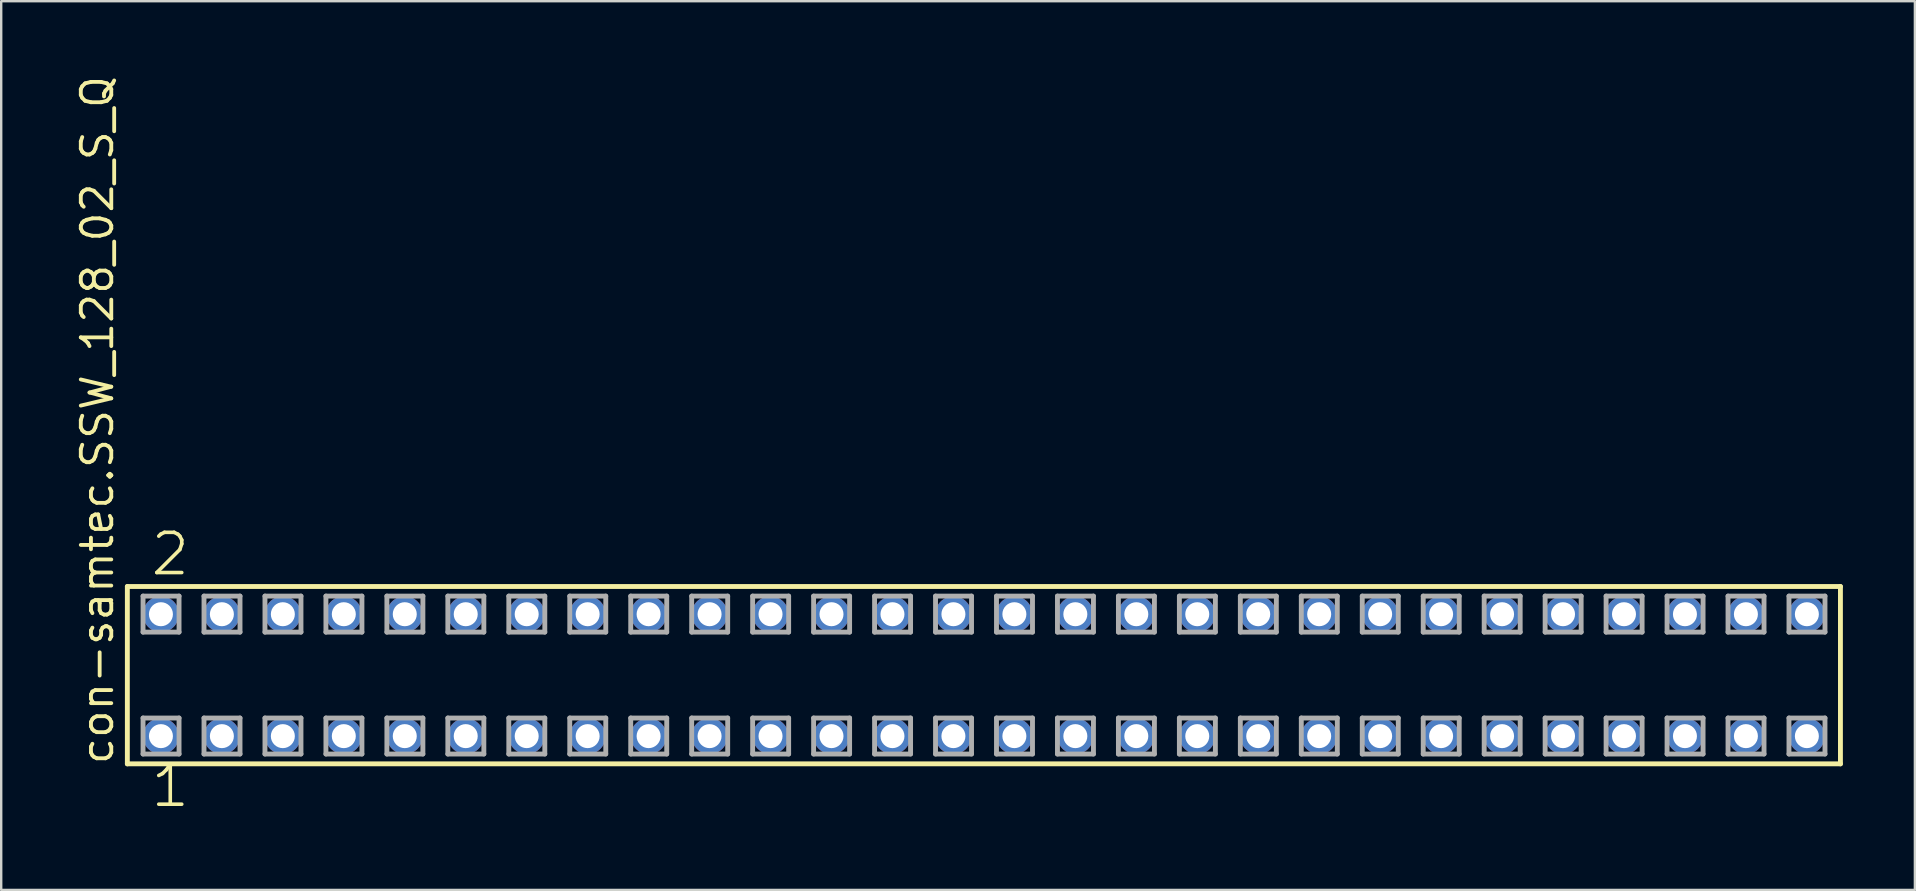
<source format=kicad_pcb>
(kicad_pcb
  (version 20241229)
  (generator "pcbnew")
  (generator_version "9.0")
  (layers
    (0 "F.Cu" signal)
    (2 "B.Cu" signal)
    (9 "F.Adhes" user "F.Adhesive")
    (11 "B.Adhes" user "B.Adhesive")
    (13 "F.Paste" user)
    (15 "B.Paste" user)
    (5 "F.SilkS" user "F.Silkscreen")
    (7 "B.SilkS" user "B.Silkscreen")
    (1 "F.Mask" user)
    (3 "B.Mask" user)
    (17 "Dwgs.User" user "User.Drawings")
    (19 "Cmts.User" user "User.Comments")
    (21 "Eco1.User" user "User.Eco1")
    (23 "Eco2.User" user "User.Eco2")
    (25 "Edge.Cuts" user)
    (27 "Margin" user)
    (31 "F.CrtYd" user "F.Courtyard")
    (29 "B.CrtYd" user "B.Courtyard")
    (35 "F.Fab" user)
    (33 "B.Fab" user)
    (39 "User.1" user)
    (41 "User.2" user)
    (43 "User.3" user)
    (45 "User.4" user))
  (footprint "con-samtec.SSW_128_02_S_Q"
    (layer "F.Cu")
    (at 37.945 25.082)
    (property "Reference" "con-samtec.SSW_128_02_S_Q" (at -36.195 3.81 90) (layer "F.SilkS") (effects (font (size 1.27 1.27) (thickness 0.16)) (justify left bottom)))
    (attr through_hole)
    (fp_line (start -35.689 -3.695) (end 35.689 -3.695) (stroke (width 0.203) (type default)) (layer "F.SilkS"))
    (fp_line (start -35.689 3.695) (end -35.689 -3.695) (stroke (width 0.203) (type default)) (layer "F.SilkS"))
    (fp_line (start 35.689 -3.695) (end 35.689 3.695) (stroke (width 0.203) (type default)) (layer "F.SilkS"))
    (fp_line (start 35.689 3.695) (end -35.689 3.695) (stroke (width 0.203) (type default)) (layer "F.SilkS"))
    (fp_line (start -35.035 -3.295) (end -33.535 -3.295) (stroke (width 0.203) (type default)) (layer "F.Fab"))
    (fp_line (start -35.035 -1.795) (end -35.035 -3.295) (stroke (width 0.203) (type default)) (layer "F.Fab"))
    (fp_line (start -35.035 1.785) (end -33.535 1.785) (stroke (width 0.203) (type default)) (layer "F.Fab"))
    (fp_line (start -35.035 3.285) (end -35.035 1.785) (stroke (width 0.203) (type default)) (layer "F.Fab"))
    (fp_line (start -33.535 -3.295) (end -33.535 -1.795) (stroke (width 0.203) (type default)) (layer "F.Fab"))
    (fp_line (start -33.535 -1.795) (end -35.035 -1.795) (stroke (width 0.203) (type default)) (layer "F.Fab"))
    (fp_line (start -33.535 1.785) (end -33.535 3.285) (stroke (width 0.203) (type default)) (layer "F.Fab"))
    (fp_line (start -33.535 3.285) (end -35.035 3.285) (stroke (width 0.203) (type default)) (layer "F.Fab"))
    (fp_line (start -32.495 -3.295) (end -30.995 -3.295) (stroke (width 0.203) (type default)) (layer "F.Fab"))
    (fp_line (start -32.495 -1.795) (end -32.495 -3.295) (stroke (width 0.203) (type default)) (layer "F.Fab"))
    (fp_line (start -32.495 1.785) (end -30.995 1.785) (stroke (width 0.203) (type default)) (layer "F.Fab"))
    (fp_line (start -32.495 3.285) (end -32.495 1.785) (stroke (width 0.203) (type default)) (layer "F.Fab"))
    (fp_line (start -30.995 -3.295) (end -30.995 -1.795) (stroke (width 0.203) (type default)) (layer "F.Fab"))
    (fp_line (start -30.995 -1.795) (end -32.495 -1.795) (stroke (width 0.203) (type default)) (layer "F.Fab"))
    (fp_line (start -30.995 1.785) (end -30.995 3.285) (stroke (width 0.203) (type default)) (layer "F.Fab"))
    (fp_line (start -30.995 3.285) (end -32.495 3.285) (stroke (width 0.203) (type default)) (layer "F.Fab"))
    (fp_line (start -29.955 -3.295) (end -28.455 -3.295) (stroke (width 0.203) (type default)) (layer "F.Fab"))
    (fp_line (start -29.955 -1.795) (end -29.955 -3.295) (stroke (width 0.203) (type default)) (layer "F.Fab"))
    (fp_line (start -29.955 1.785) (end -28.455 1.785) (stroke (width 0.203) (type default)) (layer "F.Fab"))
    (fp_line (start -29.955 3.285) (end -29.955 1.785) (stroke (width 0.203) (type default)) (layer "F.Fab"))
    (fp_line (start -28.455 -3.295) (end -28.455 -1.795) (stroke (width 0.203) (type default)) (layer "F.Fab"))
    (fp_line (start -28.455 -1.795) (end -29.955 -1.795) (stroke (width 0.203) (type default)) (layer "F.Fab"))
    (fp_line (start -28.455 1.785) (end -28.455 3.285) (stroke (width 0.203) (type default)) (layer "F.Fab"))
    (fp_line (start -28.455 3.285) (end -29.955 3.285) (stroke (width 0.203) (type default)) (layer "F.Fab"))
    (fp_line (start -27.415 -3.295) (end -25.915 -3.295) (stroke (width 0.203) (type default)) (layer "F.Fab"))
    (fp_line (start -27.415 -1.795) (end -27.415 -3.295) (stroke (width 0.203) (type default)) (layer "F.Fab"))
    (fp_line (start -27.415 1.785) (end -25.915 1.785) (stroke (width 0.203) (type default)) (layer "F.Fab"))
    (fp_line (start -27.415 3.285) (end -27.415 1.785) (stroke (width 0.203) (type default)) (layer "F.Fab"))
    (fp_line (start -25.915 -3.295) (end -25.915 -1.795) (stroke (width 0.203) (type default)) (layer "F.Fab"))
    (fp_line (start -25.915 -1.795) (end -27.415 -1.795) (stroke (width 0.203) (type default)) (layer "F.Fab"))
    (fp_line (start -25.915 1.785) (end -25.915 3.285) (stroke (width 0.203) (type default)) (layer "F.Fab"))
    (fp_line (start -25.915 3.285) (end -27.415 3.285) (stroke (width 0.203) (type default)) (layer "F.Fab"))
    (fp_line (start -24.875 -3.295) (end -23.375 -3.295) (stroke (width 0.203) (type default)) (layer "F.Fab"))
    (fp_line (start -24.875 -1.795) (end -24.875 -3.295) (stroke (width 0.203) (type default)) (layer "F.Fab"))
    (fp_line (start -24.875 1.785) (end -23.375 1.785) (stroke (width 0.203) (type default)) (layer "F.Fab"))
    (fp_line (start -24.875 3.285) (end -24.875 1.785) (stroke (width 0.203) (type default)) (layer "F.Fab"))
    (fp_line (start -23.375 -3.295) (end -23.375 -1.795) (stroke (width 0.203) (type default)) (layer "F.Fab"))
    (fp_line (start -23.375 -1.795) (end -24.875 -1.795) (stroke (width 0.203) (type default)) (layer "F.Fab"))
    (fp_line (start -23.375 1.785) (end -23.375 3.285) (stroke (width 0.203) (type default)) (layer "F.Fab"))
    (fp_line (start -23.375 3.285) (end -24.875 3.285) (stroke (width 0.203) (type default)) (layer "F.Fab"))
    (fp_line (start -22.335 -3.295) (end -20.835 -3.295) (stroke (width 0.203) (type default)) (layer "F.Fab"))
    (fp_line (start -22.335 -1.795) (end -22.335 -3.295) (stroke (width 0.203) (type default)) (layer "F.Fab"))
    (fp_line (start -22.335 1.785) (end -20.835 1.785) (stroke (width 0.203) (type default)) (layer "F.Fab"))
    (fp_line (start -22.335 3.285) (end -22.335 1.785) (stroke (width 0.203) (type default)) (layer "F.Fab"))
    (fp_line (start -20.835 -3.295) (end -20.835 -1.795) (stroke (width 0.203) (type default)) (layer "F.Fab"))
    (fp_line (start -20.835 -1.795) (end -22.335 -1.795) (stroke (width 0.203) (type default)) (layer "F.Fab"))
    (fp_line (start -20.835 1.785) (end -20.835 3.285) (stroke (width 0.203) (type default)) (layer "F.Fab"))
    (fp_line (start -20.835 3.285) (end -22.335 3.285) (stroke (width 0.203) (type default)) (layer "F.Fab"))
    (fp_line (start -19.795 -3.295) (end -18.295 -3.295) (stroke (width 0.203) (type default)) (layer "F.Fab"))
    (fp_line (start -19.795 -1.795) (end -19.795 -3.295) (stroke (width 0.203) (type default)) (layer "F.Fab"))
    (fp_line (start -19.795 1.785) (end -18.295 1.785) (stroke (width 0.203) (type default)) (layer "F.Fab"))
    (fp_line (start -19.795 3.285) (end -19.795 1.785) (stroke (width 0.203) (type default)) (layer "F.Fab"))
    (fp_line (start -18.295 -3.295) (end -18.295 -1.795) (stroke (width 0.203) (type default)) (layer "F.Fab"))
    (fp_line (start -18.295 -1.795) (end -19.795 -1.795) (stroke (width 0.203) (type default)) (layer "F.Fab"))
    (fp_line (start -18.295 1.785) (end -18.295 3.285) (stroke (width 0.203) (type default)) (layer "F.Fab"))
    (fp_line (start -18.295 3.285) (end -19.795 3.285) (stroke (width 0.203) (type default)) (layer "F.Fab"))
    (fp_line (start -17.255 -3.295) (end -15.755 -3.295) (stroke (width 0.203) (type default)) (layer "F.Fab"))
    (fp_line (start -17.255 -1.795) (end -17.255 -3.295) (stroke (width 0.203) (type default)) (layer "F.Fab"))
    (fp_line (start -17.255 1.785) (end -15.755 1.785) (stroke (width 0.203) (type default)) (layer "F.Fab"))
    (fp_line (start -17.255 3.285) (end -17.255 1.785) (stroke (width 0.203) (type default)) (layer "F.Fab"))
    (fp_line (start -15.755 -3.295) (end -15.755 -1.795) (stroke (width 0.203) (type default)) (layer "F.Fab"))
    (fp_line (start -15.755 -1.795) (end -17.255 -1.795) (stroke (width 0.203) (type default)) (layer "F.Fab"))
    (fp_line (start -15.755 1.785) (end -15.755 3.285) (stroke (width 0.203) (type default)) (layer "F.Fab"))
    (fp_line (start -15.755 3.285) (end -17.255 3.285) (stroke (width 0.203) (type default)) (layer "F.Fab"))
    (fp_line (start -14.715 -3.295) (end -13.215 -3.295) (stroke (width 0.203) (type default)) (layer "F.Fab"))
    (fp_line (start -14.715 -1.795) (end -14.715 -3.295) (stroke (width 0.203) (type default)) (layer "F.Fab"))
    (fp_line (start -14.715 1.785) (end -13.215 1.785) (stroke (width 0.203) (type default)) (layer "F.Fab"))
    (fp_line (start -14.715 3.285) (end -14.715 1.785) (stroke (width 0.203) (type default)) (layer "F.Fab"))
    (fp_line (start -13.215 -3.295) (end -13.215 -1.795) (stroke (width 0.203) (type default)) (layer "F.Fab"))
    (fp_line (start -13.215 -1.795) (end -14.715 -1.795) (stroke (width 0.203) (type default)) (layer "F.Fab"))
    (fp_line (start -13.215 1.785) (end -13.215 3.285) (stroke (width 0.203) (type default)) (layer "F.Fab"))
    (fp_line (start -13.215 3.285) (end -14.715 3.285) (stroke (width 0.203) (type default)) (layer "F.Fab"))
    (fp_line (start -12.175 -3.295) (end -10.675 -3.295) (stroke (width 0.203) (type default)) (layer "F.Fab"))
    (fp_line (start -12.175 -1.795) (end -12.175 -3.295) (stroke (width 0.203) (type default)) (layer "F.Fab"))
    (fp_line (start -12.175 1.785) (end -10.675 1.785) (stroke (width 0.203) (type default)) (layer "F.Fab"))
    (fp_line (start -12.175 3.285) (end -12.175 1.785) (stroke (width 0.203) (type default)) (layer "F.Fab"))
    (fp_line (start -10.675 -3.295) (end -10.675 -1.795) (stroke (width 0.203) (type default)) (layer "F.Fab"))
    (fp_line (start -10.675 -1.795) (end -12.175 -1.795) (stroke (width 0.203) (type default)) (layer "F.Fab"))
    (fp_line (start -10.675 1.785) (end -10.675 3.285) (stroke (width 0.203) (type default)) (layer "F.Fab"))
    (fp_line (start -10.675 3.285) (end -12.175 3.285) (stroke (width 0.203) (type default)) (layer "F.Fab"))
    (fp_line (start -9.635 -3.295) (end -8.135 -3.295) (stroke (width 0.203) (type default)) (layer "F.Fab"))
    (fp_line (start -9.635 -1.795) (end -9.635 -3.295) (stroke (width 0.203) (type default)) (layer "F.Fab"))
    (fp_line (start -9.635 1.785) (end -8.135 1.785) (stroke (width 0.203) (type default)) (layer "F.Fab"))
    (fp_line (start -9.635 3.285) (end -9.635 1.785) (stroke (width 0.203) (type default)) (layer "F.Fab"))
    (fp_line (start -8.135 -3.295) (end -8.135 -1.795) (stroke (width 0.203) (type default)) (layer "F.Fab"))
    (fp_line (start -8.135 -1.795) (end -9.635 -1.795) (stroke (width 0.203) (type default)) (layer "F.Fab"))
    (fp_line (start -8.135 1.785) (end -8.135 3.285) (stroke (width 0.203) (type default)) (layer "F.Fab"))
    (fp_line (start -8.135 3.285) (end -9.635 3.285) (stroke (width 0.203) (type default)) (layer "F.Fab"))
    (fp_line (start -7.095 -3.295) (end -5.595 -3.295) (stroke (width 0.203) (type default)) (layer "F.Fab"))
    (fp_line (start -7.095 -1.795) (end -7.095 -3.295) (stroke (width 0.203) (type default)) (layer "F.Fab"))
    (fp_line (start -7.095 1.785) (end -5.595 1.785) (stroke (width 0.203) (type default)) (layer "F.Fab"))
    (fp_line (start -7.095 3.285) (end -7.095 1.785) (stroke (width 0.203) (type default)) (layer "F.Fab"))
    (fp_line (start -5.595 -3.295) (end -5.595 -1.795) (stroke (width 0.203) (type default)) (layer "F.Fab"))
    (fp_line (start -5.595 -1.795) (end -7.095 -1.795) (stroke (width 0.203) (type default)) (layer "F.Fab"))
    (fp_line (start -5.595 1.785) (end -5.595 3.285) (stroke (width 0.203) (type default)) (layer "F.Fab"))
    (fp_line (start -5.595 3.285) (end -7.095 3.285) (stroke (width 0.203) (type default)) (layer "F.Fab"))
    (fp_line (start -4.555 -3.295) (end -3.055 -3.295) (stroke (width 0.203) (type default)) (layer "F.Fab"))
    (fp_line (start -4.555 -1.795) (end -4.555 -3.295) (stroke (width 0.203) (type default)) (layer "F.Fab"))
    (fp_line (start -4.555 1.785) (end -3.055 1.785) (stroke (width 0.203) (type default)) (layer "F.Fab"))
    (fp_line (start -4.555 3.285) (end -4.555 1.785) (stroke (width 0.203) (type default)) (layer "F.Fab"))
    (fp_line (start -3.055 -3.295) (end -3.055 -1.795) (stroke (width 0.203) (type default)) (layer "F.Fab"))
    (fp_line (start -3.055 -1.795) (end -4.555 -1.795) (stroke (width 0.203) (type default)) (layer "F.Fab"))
    (fp_line (start -3.055 1.785) (end -3.055 3.285) (stroke (width 0.203) (type default)) (layer "F.Fab"))
    (fp_line (start -3.055 3.285) (end -4.555 3.285) (stroke (width 0.203) (type default)) (layer "F.Fab"))
    (fp_line (start -2.015 -3.295) (end -0.515 -3.295) (stroke (width 0.203) (type default)) (layer "F.Fab"))
    (fp_line (start -2.015 -1.795) (end -2.015 -3.295) (stroke (width 0.203) (type default)) (layer "F.Fab"))
    (fp_line (start -2.015 1.785) (end -0.515 1.785) (stroke (width 0.203) (type default)) (layer "F.Fab"))
    (fp_line (start -2.015 3.285) (end -2.015 1.785) (stroke (width 0.203) (type default)) (layer "F.Fab"))
    (fp_line (start -0.515 -3.295) (end -0.515 -1.795) (stroke (width 0.203) (type default)) (layer "F.Fab"))
    (fp_line (start -0.515 -1.795) (end -2.015 -1.795) (stroke (width 0.203) (type default)) (layer "F.Fab"))
    (fp_line (start -0.515 1.785) (end -0.515 3.285) (stroke (width 0.203) (type default)) (layer "F.Fab"))
    (fp_line (start -0.515 3.285) (end -2.015 3.285) (stroke (width 0.203) (type default)) (layer "F.Fab"))
    (fp_line (start 0.525 -3.295) (end 2.025 -3.295) (stroke (width 0.203) (type default)) (layer "F.Fab"))
    (fp_line (start 0.525 -1.795) (end 0.525 -3.295) (stroke (width 0.203) (type default)) (layer "F.Fab"))
    (fp_line (start 0.525 1.785) (end 2.025 1.785) (stroke (width 0.203) (type default)) (layer "F.Fab"))
    (fp_line (start 0.525 3.285) (end 0.525 1.785) (stroke (width 0.203) (type default)) (layer "F.Fab"))
    (fp_line (start 2.025 -3.295) (end 2.025 -1.795) (stroke (width 0.203) (type default)) (layer "F.Fab"))
    (fp_line (start 2.025 -1.795) (end 0.525 -1.795) (stroke (width 0.203) (type default)) (layer "F.Fab"))
    (fp_line (start 2.025 1.785) (end 2.025 3.285) (stroke (width 0.203) (type default)) (layer "F.Fab"))
    (fp_line (start 2.025 3.285) (end 0.525 3.285) (stroke (width 0.203) (type default)) (layer "F.Fab"))
    (fp_line (start 3.065 -3.295) (end 4.565 -3.295) (stroke (width 0.203) (type default)) (layer "F.Fab"))
    (fp_line (start 3.065 -1.795) (end 3.065 -3.295) (stroke (width 0.203) (type default)) (layer "F.Fab"))
    (fp_line (start 3.065 1.785) (end 4.565 1.785) (stroke (width 0.203) (type default)) (layer "F.Fab"))
    (fp_line (start 3.065 3.285) (end 3.065 1.785) (stroke (width 0.203) (type default)) (layer "F.Fab"))
    (fp_line (start 4.565 -3.295) (end 4.565 -1.795) (stroke (width 0.203) (type default)) (layer "F.Fab"))
    (fp_line (start 4.565 -1.795) (end 3.065 -1.795) (stroke (width 0.203) (type default)) (layer "F.Fab"))
    (fp_line (start 4.565 1.785) (end 4.565 3.285) (stroke (width 0.203) (type default)) (layer "F.Fab"))
    (fp_line (start 4.565 3.285) (end 3.065 3.285) (stroke (width 0.203) (type default)) (layer "F.Fab"))
    (fp_line (start 5.605 -3.295) (end 7.105 -3.295) (stroke (width 0.203) (type default)) (layer "F.Fab"))
    (fp_line (start 5.605 -1.795) (end 5.605 -3.295) (stroke (width 0.203) (type default)) (layer "F.Fab"))
    (fp_line (start 5.605 1.785) (end 7.105 1.785) (stroke (width 0.203) (type default)) (layer "F.Fab"))
    (fp_line (start 5.605 3.285) (end 5.605 1.785) (stroke (width 0.203) (type default)) (layer "F.Fab"))
    (fp_line (start 7.105 -3.295) (end 7.105 -1.795) (stroke (width 0.203) (type default)) (layer "F.Fab"))
    (fp_line (start 7.105 -1.795) (end 5.605 -1.795) (stroke (width 0.203) (type default)) (layer "F.Fab"))
    (fp_line (start 7.105 1.785) (end 7.105 3.285) (stroke (width 0.203) (type default)) (layer "F.Fab"))
    (fp_line (start 7.105 3.285) (end 5.605 3.285) (stroke (width 0.203) (type default)) (layer "F.Fab"))
    (fp_line (start 8.145 -3.295) (end 9.645 -3.295) (stroke (width 0.203) (type default)) (layer "F.Fab"))
    (fp_line (start 8.145 -1.795) (end 8.145 -3.295) (stroke (width 0.203) (type default)) (layer "F.Fab"))
    (fp_line (start 8.145 1.785) (end 9.645 1.785) (stroke (width 0.203) (type default)) (layer "F.Fab"))
    (fp_line (start 8.145 3.285) (end 8.145 1.785) (stroke (width 0.203) (type default)) (layer "F.Fab"))
    (fp_line (start 9.645 -3.295) (end 9.645 -1.795) (stroke (width 0.203) (type default)) (layer "F.Fab"))
    (fp_line (start 9.645 -1.795) (end 8.145 -1.795) (stroke (width 0.203) (type default)) (layer "F.Fab"))
    (fp_line (start 9.645 1.785) (end 9.645 3.285) (stroke (width 0.203) (type default)) (layer "F.Fab"))
    (fp_line (start 9.645 3.285) (end 8.145 3.285) (stroke (width 0.203) (type default)) (layer "F.Fab"))
    (fp_line (start 10.685 -3.295) (end 12.185 -3.295) (stroke (width 0.203) (type default)) (layer "F.Fab"))
    (fp_line (start 10.685 -1.795) (end 10.685 -3.295) (stroke (width 0.203) (type default)) (layer "F.Fab"))
    (fp_line (start 10.685 1.785) (end 12.185 1.785) (stroke (width 0.203) (type default)) (layer "F.Fab"))
    (fp_line (start 10.685 3.285) (end 10.685 1.785) (stroke (width 0.203) (type default)) (layer "F.Fab"))
    (fp_line (start 12.185 -3.295) (end 12.185 -1.795) (stroke (width 0.203) (type default)) (layer "F.Fab"))
    (fp_line (start 12.185 -1.795) (end 10.685 -1.795) (stroke (width 0.203) (type default)) (layer "F.Fab"))
    (fp_line (start 12.185 1.785) (end 12.185 3.285) (stroke (width 0.203) (type default)) (layer "F.Fab"))
    (fp_line (start 12.185 3.285) (end 10.685 3.285) (stroke (width 0.203) (type default)) (layer "F.Fab"))
    (fp_line (start 13.225 -3.295) (end 14.725 -3.295) (stroke (width 0.203) (type default)) (layer "F.Fab"))
    (fp_line (start 13.225 -1.795) (end 13.225 -3.295) (stroke (width 0.203) (type default)) (layer "F.Fab"))
    (fp_line (start 13.225 1.785) (end 14.725 1.785) (stroke (width 0.203) (type default)) (layer "F.Fab"))
    (fp_line (start 13.225 3.285) (end 13.225 1.785) (stroke (width 0.203) (type default)) (layer "F.Fab"))
    (fp_line (start 14.725 -3.295) (end 14.725 -1.795) (stroke (width 0.203) (type default)) (layer "F.Fab"))
    (fp_line (start 14.725 -1.795) (end 13.225 -1.795) (stroke (width 0.203) (type default)) (layer "F.Fab"))
    (fp_line (start 14.725 1.785) (end 14.725 3.285) (stroke (width 0.203) (type default)) (layer "F.Fab"))
    (fp_line (start 14.725 3.285) (end 13.225 3.285) (stroke (width 0.203) (type default)) (layer "F.Fab"))
    (fp_line (start 15.765 -3.295) (end 17.265 -3.295) (stroke (width 0.203) (type default)) (layer "F.Fab"))
    (fp_line (start 15.765 -1.795) (end 15.765 -3.295) (stroke (width 0.203) (type default)) (layer "F.Fab"))
    (fp_line (start 15.765 1.785) (end 17.265 1.785) (stroke (width 0.203) (type default)) (layer "F.Fab"))
    (fp_line (start 15.765 3.285) (end 15.765 1.785) (stroke (width 0.203) (type default)) (layer "F.Fab"))
    (fp_line (start 17.265 -3.295) (end 17.265 -1.795) (stroke (width 0.203) (type default)) (layer "F.Fab"))
    (fp_line (start 17.265 -1.795) (end 15.765 -1.795) (stroke (width 0.203) (type default)) (layer "F.Fab"))
    (fp_line (start 17.265 1.785) (end 17.265 3.285) (stroke (width 0.203) (type default)) (layer "F.Fab"))
    (fp_line (start 17.265 3.285) (end 15.765 3.285) (stroke (width 0.203) (type default)) (layer "F.Fab"))
    (fp_line (start 18.305 -3.295) (end 19.805 -3.295) (stroke (width 0.203) (type default)) (layer "F.Fab"))
    (fp_line (start 18.305 -1.795) (end 18.305 -3.295) (stroke (width 0.203) (type default)) (layer "F.Fab"))
    (fp_line (start 18.305 1.785) (end 19.805 1.785) (stroke (width 0.203) (type default)) (layer "F.Fab"))
    (fp_line (start 18.305 3.285) (end 18.305 1.785) (stroke (width 0.203) (type default)) (layer "F.Fab"))
    (fp_line (start 19.805 -3.295) (end 19.805 -1.795) (stroke (width 0.203) (type default)) (layer "F.Fab"))
    (fp_line (start 19.805 -1.795) (end 18.305 -1.795) (stroke (width 0.203) (type default)) (layer "F.Fab"))
    (fp_line (start 19.805 1.785) (end 19.805 3.285) (stroke (width 0.203) (type default)) (layer "F.Fab"))
    (fp_line (start 19.805 3.285) (end 18.305 3.285) (stroke (width 0.203) (type default)) (layer "F.Fab"))
    (fp_line (start 20.845 -3.295) (end 22.345 -3.295) (stroke (width 0.203) (type default)) (layer "F.Fab"))
    (fp_line (start 20.845 -1.795) (end 20.845 -3.295) (stroke (width 0.203) (type default)) (layer "F.Fab"))
    (fp_line (start 20.845 1.785) (end 22.345 1.785) (stroke (width 0.203) (type default)) (layer "F.Fab"))
    (fp_line (start 20.845 3.285) (end 20.845 1.785) (stroke (width 0.203) (type default)) (layer "F.Fab"))
    (fp_line (start 22.345 -3.295) (end 22.345 -1.795) (stroke (width 0.203) (type default)) (layer "F.Fab"))
    (fp_line (start 22.345 -1.795) (end 20.845 -1.795) (stroke (width 0.203) (type default)) (layer "F.Fab"))
    (fp_line (start 22.345 1.785) (end 22.345 3.285) (stroke (width 0.203) (type default)) (layer "F.Fab"))
    (fp_line (start 22.345 3.285) (end 20.845 3.285) (stroke (width 0.203) (type default)) (layer "F.Fab"))
    (fp_line (start 23.385 -3.295) (end 24.885 -3.295) (stroke (width 0.203) (type default)) (layer "F.Fab"))
    (fp_line (start 23.385 -1.795) (end 23.385 -3.295) (stroke (width 0.203) (type default)) (layer "F.Fab"))
    (fp_line (start 23.385 1.785) (end 24.885 1.785) (stroke (width 0.203) (type default)) (layer "F.Fab"))
    (fp_line (start 23.385 3.285) (end 23.385 1.785) (stroke (width 0.203) (type default)) (layer "F.Fab"))
    (fp_line (start 24.885 -3.295) (end 24.885 -1.795) (stroke (width 0.203) (type default)) (layer "F.Fab"))
    (fp_line (start 24.885 -1.795) (end 23.385 -1.795) (stroke (width 0.203) (type default)) (layer "F.Fab"))
    (fp_line (start 24.885 1.785) (end 24.885 3.285) (stroke (width 0.203) (type default)) (layer "F.Fab"))
    (fp_line (start 24.885 3.285) (end 23.385 3.285) (stroke (width 0.203) (type default)) (layer "F.Fab"))
    (fp_line (start 25.925 -3.295) (end 27.425 -3.295) (stroke (width 0.203) (type default)) (layer "F.Fab"))
    (fp_line (start 25.925 -1.795) (end 25.925 -3.295) (stroke (width 0.203) (type default)) (layer "F.Fab"))
    (fp_line (start 25.925 1.785) (end 27.425 1.785) (stroke (width 0.203) (type default)) (layer "F.Fab"))
    (fp_line (start 25.925 3.285) (end 25.925 1.785) (stroke (width 0.203) (type default)) (layer "F.Fab"))
    (fp_line (start 27.425 -3.295) (end 27.425 -1.795) (stroke (width 0.203) (type default)) (layer "F.Fab"))
    (fp_line (start 27.425 -1.795) (end 25.925 -1.795) (stroke (width 0.203) (type default)) (layer "F.Fab"))
    (fp_line (start 27.425 1.785) (end 27.425 3.285) (stroke (width 0.203) (type default)) (layer "F.Fab"))
    (fp_line (start 27.425 3.285) (end 25.925 3.285) (stroke (width 0.203) (type default)) (layer "F.Fab"))
    (fp_line (start 28.465 -3.295) (end 29.965 -3.295) (stroke (width 0.203) (type default)) (layer "F.Fab"))
    (fp_line (start 28.465 -1.795) (end 28.465 -3.295) (stroke (width 0.203) (type default)) (layer "F.Fab"))
    (fp_line (start 28.465 1.785) (end 29.965 1.785) (stroke (width 0.203) (type default)) (layer "F.Fab"))
    (fp_line (start 28.465 3.285) (end 28.465 1.785) (stroke (width 0.203) (type default)) (layer "F.Fab"))
    (fp_line (start 29.965 -3.295) (end 29.965 -1.795) (stroke (width 0.203) (type default)) (layer "F.Fab"))
    (fp_line (start 29.965 -1.795) (end 28.465 -1.795) (stroke (width 0.203) (type default)) (layer "F.Fab"))
    (fp_line (start 29.965 1.785) (end 29.965 3.285) (stroke (width 0.203) (type default)) (layer "F.Fab"))
    (fp_line (start 29.965 3.285) (end 28.465 3.285) (stroke (width 0.203) (type default)) (layer "F.Fab"))
    (fp_line (start 31.005 -3.295) (end 32.505 -3.295) (stroke (width 0.203) (type default)) (layer "F.Fab"))
    (fp_line (start 31.005 -1.795) (end 31.005 -3.295) (stroke (width 0.203) (type default)) (layer "F.Fab"))
    (fp_line (start 31.005 1.785) (end 32.505 1.785) (stroke (width 0.203) (type default)) (layer "F.Fab"))
    (fp_line (start 31.005 3.285) (end 31.005 1.785) (stroke (width 0.203) (type default)) (layer "F.Fab"))
    (fp_line (start 32.505 -3.295) (end 32.505 -1.795) (stroke (width 0.203) (type default)) (layer "F.Fab"))
    (fp_line (start 32.505 -1.795) (end 31.005 -1.795) (stroke (width 0.203) (type default)) (layer "F.Fab"))
    (fp_line (start 32.505 1.785) (end 32.505 3.285) (stroke (width 0.203) (type default)) (layer "F.Fab"))
    (fp_line (start 32.505 3.285) (end 31.005 3.285) (stroke (width 0.203) (type default)) (layer "F.Fab"))
    (fp_line (start 33.545 -3.295) (end 35.045 -3.295) (stroke (width 0.203) (type default)) (layer "F.Fab"))
    (fp_line (start 33.545 -1.795) (end 33.545 -3.295) (stroke (width 0.203) (type default)) (layer "F.Fab"))
    (fp_line (start 33.545 1.785) (end 35.045 1.785) (stroke (width 0.203) (type default)) (layer "F.Fab"))
    (fp_line (start 33.545 3.285) (end 33.545 1.785) (stroke (width 0.203) (type default)) (layer "F.Fab"))
    (fp_line (start 35.045 -3.295) (end 35.045 -1.795) (stroke (width 0.203) (type default)) (layer "F.Fab"))
    (fp_line (start 35.045 -1.795) (end 33.545 -1.795) (stroke (width 0.203) (type default)) (layer "F.Fab"))
    (fp_line (start 35.045 1.785) (end 35.045 3.285) (stroke (width 0.203) (type default)) (layer "F.Fab"))
    (fp_line (start 35.045 3.285) (end 33.545 3.285) (stroke (width 0.203) (type default)) (layer "F.Fab"))
    (fp_text user "1" (at -34.798 5.588 0) (layer "F.SilkS") (effects (font (size 1.676 1.676) (thickness 0.15)) (justify left bottom)))
    (fp_text user "2" (at -34.798 -4.064 0) (layer "F.SilkS") (effects (font (size 1.676 1.676) (thickness 0.15)) (justify left bottom)))
    (pad "1" thru_hole circle (at -34.29 2.54) (size 1.5 1.5) (drill 1) (layers "*.Cu" "*.Mask"))
    (pad "2" thru_hole circle (at -34.29 -2.54) (size 1.5 1.5) (drill 1) (layers "*.Cu" "*.Mask"))
    (pad "3" thru_hole circle (at -31.75 2.54) (size 1.5 1.5) (drill 1) (layers "*.Cu" "*.Mask"))
    (pad "4" thru_hole circle (at -31.75 -2.54) (size 1.5 1.5) (drill 1) (layers "*.Cu" "*.Mask"))
    (pad "5" thru_hole circle (at -29.21 2.54) (size 1.5 1.5) (drill 1) (layers "*.Cu" "*.Mask"))
    (pad "6" thru_hole circle (at -29.21 -2.54) (size 1.5 1.5) (drill 1) (layers "*.Cu" "*.Mask"))
    (pad "7" thru_hole circle (at -26.67 2.54) (size 1.5 1.5) (drill 1) (layers "*.Cu" "*.Mask"))
    (pad "8" thru_hole circle (at -26.67 -2.54) (size 1.5 1.5) (drill 1) (layers "*.Cu" "*.Mask"))
    (pad "9" thru_hole circle (at -24.13 2.54) (size 1.5 1.5) (drill 1) (layers "*.Cu" "*.Mask"))
    (pad "10" thru_hole circle (at -24.13 -2.54) (size 1.5 1.5) (drill 1) (layers "*.Cu" "*.Mask"))
    (pad "11" thru_hole circle (at -21.59 2.54) (size 1.5 1.5) (drill 1) (layers "*.Cu" "*.Mask"))
    (pad "12" thru_hole circle (at -21.59 -2.54) (size 1.5 1.5) (drill 1) (layers "*.Cu" "*.Mask"))
    (pad "13" thru_hole circle (at -19.05 2.54) (size 1.5 1.5) (drill 1) (layers "*.Cu" "*.Mask"))
    (pad "14" thru_hole circle (at -19.05 -2.54) (size 1.5 1.5) (drill 1) (layers "*.Cu" "*.Mask"))
    (pad "15" thru_hole circle (at -16.51 2.54) (size 1.5 1.5) (drill 1) (layers "*.Cu" "*.Mask"))
    (pad "16" thru_hole circle (at -16.51 -2.54) (size 1.5 1.5) (drill 1) (layers "*.Cu" "*.Mask"))
    (pad "17" thru_hole circle (at -13.97 2.54) (size 1.5 1.5) (drill 1) (layers "*.Cu" "*.Mask"))
    (pad "18" thru_hole circle (at -13.97 -2.54) (size 1.5 1.5) (drill 1) (layers "*.Cu" "*.Mask"))
    (pad "19" thru_hole circle (at -11.43 2.54) (size 1.5 1.5) (drill 1) (layers "*.Cu" "*.Mask"))
    (pad "20" thru_hole circle (at -11.43 -2.54) (size 1.5 1.5) (drill 1) (layers "*.Cu" "*.Mask"))
    (pad "21" thru_hole circle (at -8.89 2.54) (size 1.5 1.5) (drill 1) (layers "*.Cu" "*.Mask"))
    (pad "22" thru_hole circle (at -8.89 -2.54) (size 1.5 1.5) (drill 1) (layers "*.Cu" "*.Mask"))
    (pad "23" thru_hole circle (at -6.35 2.54) (size 1.5 1.5) (drill 1) (layers "*.Cu" "*.Mask"))
    (pad "24" thru_hole circle (at -6.35 -2.54) (size 1.5 1.5) (drill 1) (layers "*.Cu" "*.Mask"))
    (pad "25" thru_hole circle (at -3.81 2.54) (size 1.5 1.5) (drill 1) (layers "*.Cu" "*.Mask"))
    (pad "26" thru_hole circle (at -3.81 -2.54) (size 1.5 1.5) (drill 1) (layers "*.Cu" "*.Mask"))
    (pad "27" thru_hole circle (at -1.27 2.54) (size 1.5 1.5) (drill 1) (layers "*.Cu" "*.Mask"))
    (pad "28" thru_hole circle (at -1.27 -2.54) (size 1.5 1.5) (drill 1) (layers "*.Cu" "*.Mask"))
    (pad "29" thru_hole circle (at 1.27 2.54) (size 1.5 1.5) (drill 1) (layers "*.Cu" "*.Mask"))
    (pad "30" thru_hole circle (at 1.27 -2.54) (size 1.5 1.5) (drill 1) (layers "*.Cu" "*.Mask"))
    (pad "31" thru_hole circle (at 3.81 2.54) (size 1.5 1.5) (drill 1) (layers "*.Cu" "*.Mask"))
    (pad "32" thru_hole circle (at 3.81 -2.54) (size 1.5 1.5) (drill 1) (layers "*.Cu" "*.Mask"))
    (pad "33" thru_hole circle (at 6.35 2.54) (size 1.5 1.5) (drill 1) (layers "*.Cu" "*.Mask"))
    (pad "34" thru_hole circle (at 6.35 -2.54) (size 1.5 1.5) (drill 1) (layers "*.Cu" "*.Mask"))
    (pad "35" thru_hole circle (at 8.89 2.54) (size 1.5 1.5) (drill 1) (layers "*.Cu" "*.Mask"))
    (pad "36" thru_hole circle (at 8.89 -2.54) (size 1.5 1.5) (drill 1) (layers "*.Cu" "*.Mask"))
    (pad "37" thru_hole circle (at 11.43 2.54) (size 1.5 1.5) (drill 1) (layers "*.Cu" "*.Mask"))
    (pad "38" thru_hole circle (at 11.43 -2.54) (size 1.5 1.5) (drill 1) (layers "*.Cu" "*.Mask"))
    (pad "39" thru_hole circle (at 13.97 2.54) (size 1.5 1.5) (drill 1) (layers "*.Cu" "*.Mask"))
    (pad "40" thru_hole circle (at 13.97 -2.54) (size 1.5 1.5) (drill 1) (layers "*.Cu" "*.Mask"))
    (pad "41" thru_hole circle (at 16.51 2.54) (size 1.5 1.5) (drill 1) (layers "*.Cu" "*.Mask"))
    (pad "42" thru_hole circle (at 16.51 -2.54) (size 1.5 1.5) (drill 1) (layers "*.Cu" "*.Mask"))
    (pad "43" thru_hole circle (at 19.05 2.54) (size 1.5 1.5) (drill 1) (layers "*.Cu" "*.Mask"))
    (pad "44" thru_hole circle (at 19.05 -2.54) (size 1.5 1.5) (drill 1) (layers "*.Cu" "*.Mask"))
    (pad "45" thru_hole circle (at 21.59 2.54) (size 1.5 1.5) (drill 1) (layers "*.Cu" "*.Mask"))
    (pad "46" thru_hole circle (at 21.59 -2.54) (size 1.5 1.5) (drill 1) (layers "*.Cu" "*.Mask"))
    (pad "47" thru_hole circle (at 24.13 2.54) (size 1.5 1.5) (drill 1) (layers "*.Cu" "*.Mask"))
    (pad "48" thru_hole circle (at 24.13 -2.54) (size 1.5 1.5) (drill 1) (layers "*.Cu" "*.Mask"))
    (pad "49" thru_hole circle (at 26.67 2.54) (size 1.5 1.5) (drill 1) (layers "*.Cu" "*.Mask"))
    (pad "50" thru_hole circle (at 26.67 -2.54) (size 1.5 1.5) (drill 1) (layers "*.Cu" "*.Mask"))
    (pad "51" thru_hole circle (at 29.21 2.54) (size 1.5 1.5) (drill 1) (layers "*.Cu" "*.Mask"))
    (pad "52" thru_hole circle (at 29.21 -2.54) (size 1.5 1.5) (drill 1) (layers "*.Cu" "*.Mask"))
    (pad "53" thru_hole circle (at 31.75 2.54) (size 1.5 1.5) (drill 1) (layers "*.Cu" "*.Mask"))
    (pad "54" thru_hole circle (at 31.75 -2.54) (size 1.5 1.5) (drill 1) (layers "*.Cu" "*.Mask"))
    (pad "55" thru_hole circle (at 34.29 2.54) (size 1.5 1.5) (drill 1) (layers "*.Cu" "*.Mask"))
    (pad "56" thru_hole circle (at 34.29 -2.54) (size 1.5 1.5) (drill 1) (layers "*.Cu" "*.Mask")))
  (gr_rect
    (start -3 -3)
    (end 76.736 34.031)
    (stroke (width 0.1) (type default))
    (fill no)
    (layer "Edge.Cuts")))
</source>
